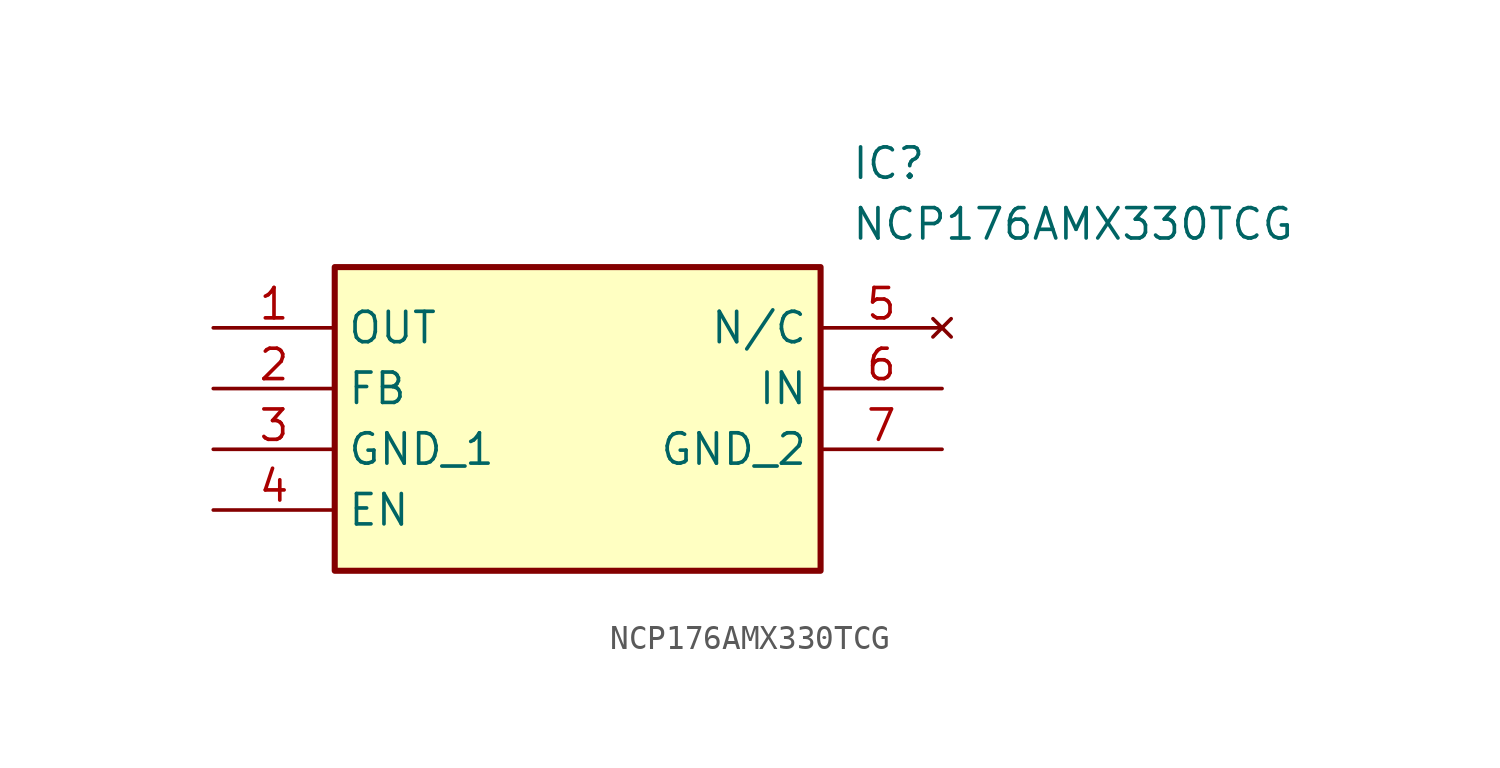
<source format=kicad_sym>
(kicad_symbol_lib
  (version 20211014)
  (generator SamacSys_ECAD_Model)
  (symbol "NCP176AMX330TCG"
    (property "Reference" "IC"
      (at 26.67 7.62 0)
      (effects (font (size 1.27 1.27)) (justify left top)))
    (property "Value" "NCP176AMX330TCG"
      (at 26.67 5.08 0)
      (effects (font (size 1.27 1.27)) (justify left top)))
    (rectangle
      (start 5.08 2.54)
      (end 25.4 -10.16)
      (stroke (width 0.254) (type default))
      (fill (type background)))
    (pin passive line
      (at 0 0 0)
      (length 5.08)
      (name "OUT" (effects (font (size 1.27 1.27))))
      (number "1" (effects (font (size 1.27 1.27)))))
    (pin passive line
      (at 0 -2.54 0)
      (length 5.08)
      (name "FB" (effects (font (size 1.27 1.27))))
      (number "2" (effects (font (size 1.27 1.27)))))
    (pin passive line
      (at 0 -5.08 0)
      (length 5.08)
      (name "GND_1" (effects (font (size 1.27 1.27))))
      (number "3" (effects (font (size 1.27 1.27)))))
    (pin passive line
      (at 0 -7.62 0)
      (length 5.08)
      (name "EN" (effects (font (size 1.27 1.27))))
      (number "4" (effects (font (size 1.27 1.27)))))
    (pin no_connect line
      (at 30.48 0 180)
      (length 5.08)
      (name "N/C" (effects (font (size 1.27 1.27))))
      (number "5" (effects (font (size 1.27 1.27)))))
    (pin passive line
      (at 30.48 -2.54 180)
      (length 5.08)
      (name "IN" (effects (font (size 1.27 1.27))))
      (number "6" (effects (font (size 1.27 1.27)))))
    (pin passive line
      (at 30.48 -5.08 180)
      (length 5.08)
      (name "GND_2" (effects (font (size 1.27 1.27))))
      (number "7" (effects (font (size 1.27 1.27)))))))
</source>
